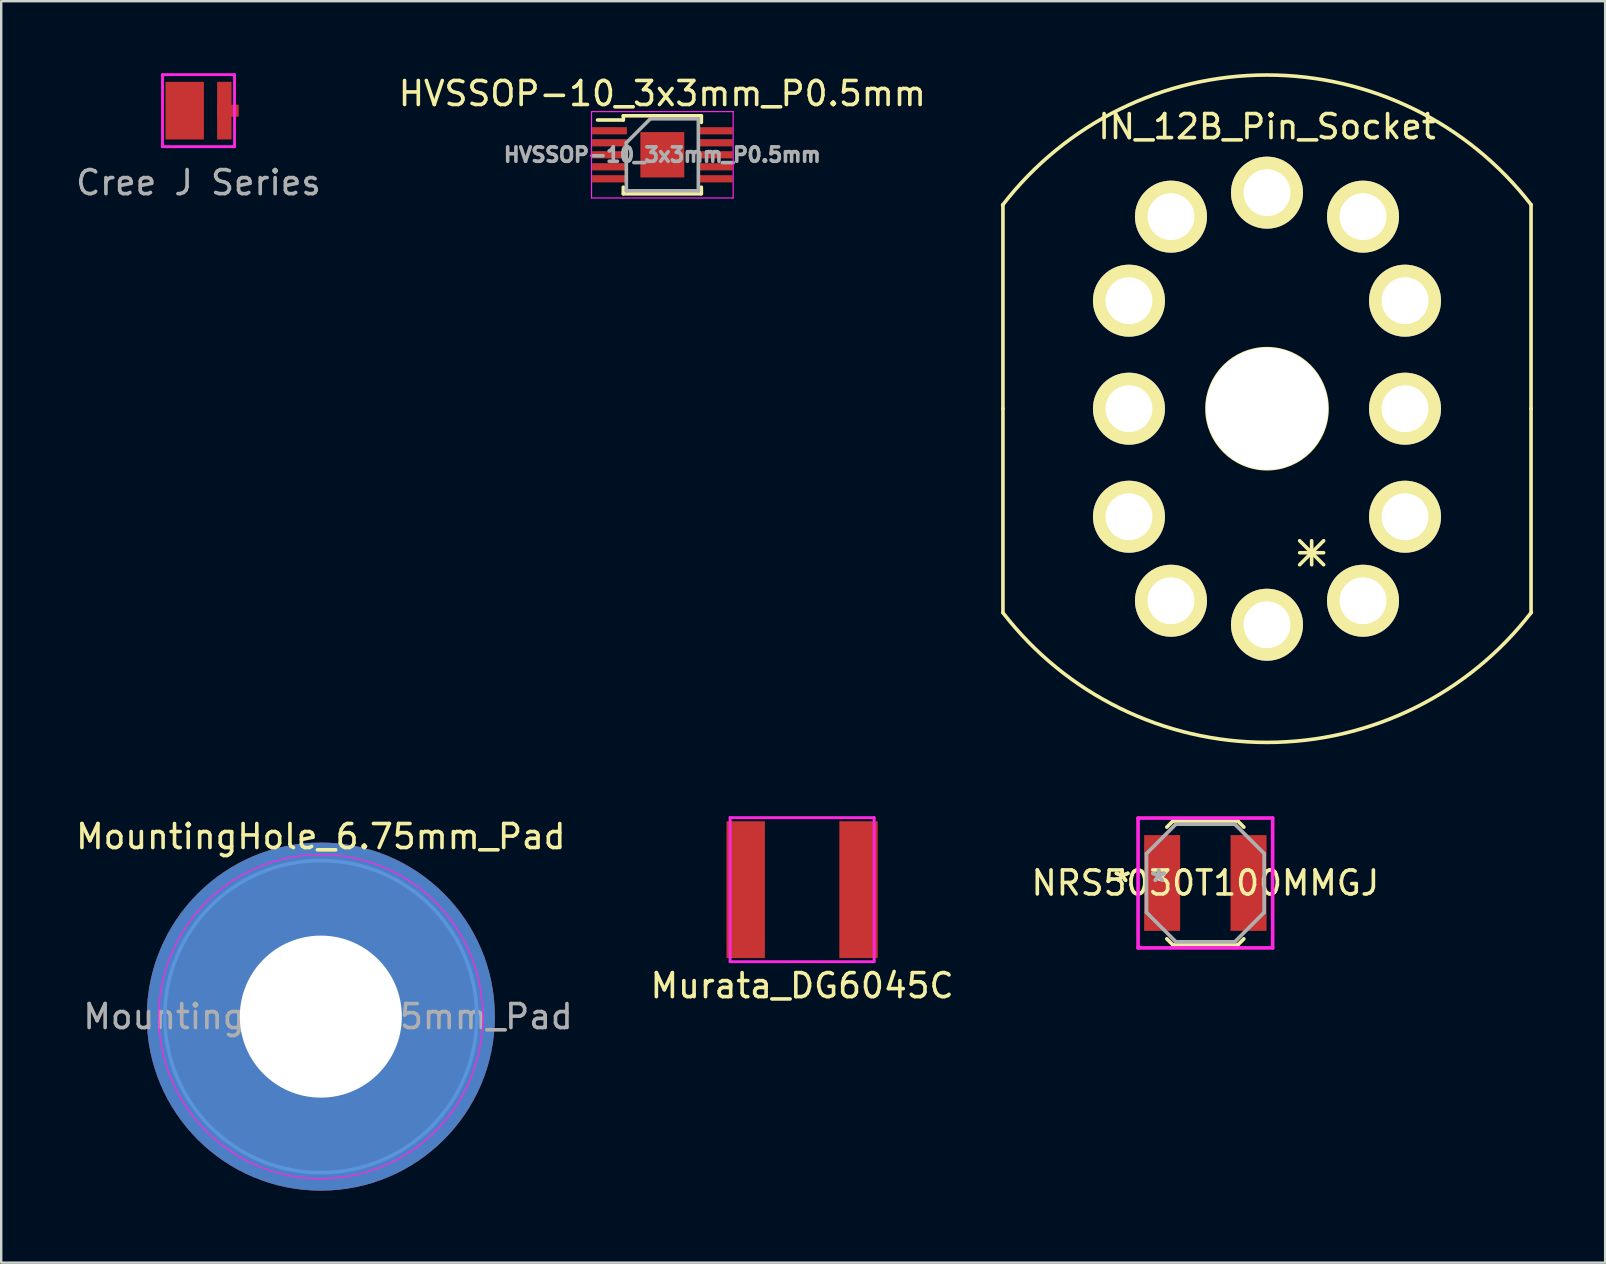
<source format=kicad_pcb>
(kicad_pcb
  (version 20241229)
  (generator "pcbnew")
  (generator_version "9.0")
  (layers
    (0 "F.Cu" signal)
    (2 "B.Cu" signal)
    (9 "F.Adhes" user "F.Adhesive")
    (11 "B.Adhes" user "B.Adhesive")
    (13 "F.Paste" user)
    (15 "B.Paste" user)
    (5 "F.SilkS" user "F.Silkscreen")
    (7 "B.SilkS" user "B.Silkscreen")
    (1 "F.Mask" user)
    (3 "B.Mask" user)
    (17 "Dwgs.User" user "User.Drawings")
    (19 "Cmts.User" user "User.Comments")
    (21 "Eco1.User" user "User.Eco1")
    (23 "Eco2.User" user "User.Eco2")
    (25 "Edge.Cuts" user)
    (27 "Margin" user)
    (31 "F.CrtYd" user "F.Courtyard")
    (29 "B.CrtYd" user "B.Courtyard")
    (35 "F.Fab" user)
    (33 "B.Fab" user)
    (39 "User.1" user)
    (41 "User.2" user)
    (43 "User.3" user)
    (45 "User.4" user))
  (footprint "IN_12B_Pin_Socket"
    (layer "F.Cu")
    (at 50.439 14.504)
    (property "Reference" "IN_12B_Pin_Socket" (at -0.708 -12.278 180) (layer "F.SilkS") (effects (font (size 1 1) (thickness 0.15))))
    (attr through_hole)
    (fp_line (start -11.708 -0.528) (end -11.708 -9.028) (stroke (width 0.15) (type solid)) (layer "F.SilkS"))
    (fp_line (start -11.708 -0.528) (end -11.708 7.972) (stroke (width 0.15) (type solid)) (layer "F.SilkS"))
    (fp_line (start 0.652 5.972) (end 1.652 4.972) (stroke (width 0.15) (type solid)) (layer "F.SilkS"))
    (fp_line (start 1.152 4.972) (end 1.152 5.972) (stroke (width 0.15) (type solid)) (layer "F.SilkS"))
    (fp_line (start 1.652 5.472) (end 0.652 5.472) (stroke (width 0.15) (type solid)) (layer "F.SilkS"))
    (fp_line (start 1.652 5.972) (end 0.652 4.972) (stroke (width 0.15) (type solid)) (layer "F.SilkS"))
    (fp_line (start 10.292 -0.528) (end 10.292 -9.028) (stroke (width 0.15) (type solid)) (layer "F.SilkS"))
    (fp_line (start 10.292 -0.528) (end 10.292 7.972) (stroke (width 0.15) (type solid)) (layer "F.SilkS"))
    (fp_arc (start -11.721113 -9.011003) (mid -0.718734 -14.429435) (end 10.292 -9.028) (stroke (width 0.15) (type solid)) (layer "F.SilkS"))
    (fp_arc (start 10.305113 7.955003) (mid -0.697266 13.373435) (end -11.708 7.972) (stroke (width 0.15) (type solid)) (layer "F.SilkS"))
    (fp_circle (center -0.708 -0.528) (end 1.792 -0.528) (stroke (width 0.15) (type solid)) (fill no) (layer "F.SilkS"))
    (pad "" np_thru_hole circle (at -0.708 -0.528) (size 5.08 5.08) (drill 5.08) (layers "*.Cu" "*.Mask" "F.SilkS"))
    (pad "1" thru_hole circle (at 3.292 7.472 180) (size 3 3) (drill 1.95) (layers "*.Cu" "*.Mask" "F.SilkS"))
    (pad "2" thru_hole circle (at 5.042 3.972 38) (size 3 3) (drill 1.95) (layers "*.Cu" "*.Mask" "F.SilkS"))
    (pad "3" thru_hole circle (at 5.042 -0.528 90) (size 3 3) (drill 1.95) (layers "*.Cu" "*.Mask" "F.SilkS"))
    (pad "4" thru_hole circle (at 5.042 -5.028 116.6) (size 3 3) (drill 1.95) (layers "*.Cu" "*.Mask" "F.SilkS"))
    (pad "5" thru_hole circle (at 3.292 -8.528 153.4) (size 3 3) (drill 1.95) (layers "*.Cu" "*.Mask" "F.SilkS"))
    (pad "6" thru_hole circle (at -0.708 -9.528) (size 3 3) (drill 1.95) (layers "*.Cu" "*.Mask" "F.SilkS"))
    (pad "7" thru_hole circle (at -4.708 -8.528 206.6) (size 3 3) (drill 1.95) (layers "*.Cu" "*.Mask" "F.SilkS"))
    (pad "8" thru_hole circle (at -6.458 -5.028 243.4) (size 3 3) (drill 1.95) (layers "*.Cu" "*.Mask" "F.SilkS"))
    (pad "9" thru_hole circle (at -6.458 -0.528 270) (size 3 3) (drill 1.95) (layers "*.Cu" "*.Mask" "F.SilkS"))
    (pad "10" thru_hole circle (at -6.458 3.972 322) (size 3 3) (drill 1.95) (layers "*.Cu" "*.Mask" "F.SilkS"))
    (pad "11" thru_hole circle (at -4.708 7.472 333.4) (size 3 3) (drill 1.95) (layers "*.Cu" "*.Mask" "F.SilkS"))
    (pad "12" thru_hole circle (at -0.708 8.472) (size 3 3) (drill 1.95) (layers "*.Cu" "*.Mask" "F.SilkS")))
  (footprint "Cree J Series"
    (layer "F.Cu")
    (at 5.22 1.56)
    (property "Reference" "Cree J Series" (at 0 3 0) (layer "F.Fab") (effects (font (size 1 1) (thickness 0.15))))
    (attr through_hole)
    (fp_line (start -1.5 -1.5) (end 1.5 -1.5) (stroke (width 0.12) (type solid)) (layer "F.CrtYd"))
    (fp_line (start -1.5 1.5) (end -1.5 -1.5) (stroke (width 0.12) (type solid)) (layer "F.CrtYd"))
    (fp_line (start 1.5 -1.5) (end 1.5 1.5) (stroke (width 0.12) (type solid)) (layer "F.CrtYd"))
    (fp_line (start 1.5 1.5) (end -1.5 1.5) (stroke (width 0.12) (type solid)) (layer "F.CrtYd"))
    (pad "1" smd rect (at -0.575 0) (size 1.3 1.9) (layers "F.Cu" "F.Paste"))
    (pad "1" smd rect (at -0.575 0) (size 1.6 2.4) (layers "F.Cu" "F.Mask"))
    (pad "2" smd rect (at 1.075 0) (size 0.4 1.9) (layers "F.Cu" "F.Paste"))
    (pad "2" smd rect (at 1.075 0) (size 0.6 2.4) (layers "F.Cu" "F.Mask"))
    (pad "2" smd rect (at 1.225 0) (size 0.9 0.5) (layers "F.Cu" "F.Mask")))
  (footprint "Murata_DG6045C"
    (layer "F.Cu")
    (at 30.365 34.013)
    (property "Reference" "Murata_DG6045C" (at 0 4 0) (layer "F.SilkS") (effects (font (size 1 1) (thickness 0.15))))
    (attr through_hole)
    (fp_line (start -3 -3) (end 3 -3) (stroke (width 0.12) (type solid)) (layer "F.CrtYd"))
    (fp_line (start -3 3) (end -3 -3) (stroke (width 0.12) (type solid)) (layer "F.CrtYd"))
    (fp_line (start 3 -3) (end 3 3) (stroke (width 0.12) (type solid)) (layer "F.CrtYd"))
    (fp_line (start 3 3) (end -3 3) (stroke (width 0.12) (type solid)) (layer "F.CrtYd"))
    (pad "1" smd rect (at -2.35 0) (size 1.6 5.7) (layers "F.Cu" "F.Mask" "F.Paste"))
    (pad "2" smd rect (at 2.35 0 180) (size 1.6 5.7) (layers "F.Cu" "F.Mask" "F.Paste")))
  (footprint "MountingHole_6.75mm_Pad"
    (layer "F.Cu")
    (at 10.315 39.301)
    (property "Reference" "MountingHole_6.75mm_Pad" (at 0 -7.5 0) (layer "F.SilkS") (effects (font (size 1 1) (thickness 0.15))))
    (attr exclude_from_pos_files exclude_from_bom)
    (fp_circle (center 0 0) (end 6.5 0) (stroke (width 0.15) (type solid)) (fill no) (layer "Cmts.User"))
    (fp_circle (center 0 0) (end 6.75 0) (stroke (width 0.05) (type solid)) (fill no) (layer "F.CrtYd"))
    (fp_text user "${REFERENCE}" (at 0.3 0 0) (layer "F.Fab") (effects (font (size 1 1) (thickness 0.15))))
    (pad "1" thru_hole circle (at 0 0) (size 14.5 14.5) (drill 6.75) (layers "*.Cu" "*.Mask")))
  (footprint "NRS5030T100MMGJ"
    (layer "F.Cu")
    (at 47.163 33.734)
    (property "Reference" "NRS5030T100MMGJ" (at 0 0 0) (layer "F.SilkS") (effects (font (size 1 1) (thickness 0.15))))
    (attr through_hole)
    (fp_line (start -1.604 2.327) (end -1.353 2.578) (stroke (width 0.152) (type solid)) (layer "F.SilkS"))
    (fp_line (start -1.353 -2.578) (end -1.604 -2.327) (stroke (width 0.152) (type solid)) (layer "F.SilkS"))
    (fp_line (start -1.353 2.578) (end 1.353 2.578) (stroke (width 0.152) (type solid)) (layer "F.SilkS"))
    (fp_line (start 1.353 -2.578) (end -1.353 -2.578) (stroke (width 0.152) (type solid)) (layer "F.SilkS"))
    (fp_line (start 1.353 2.578) (end 1.604 2.327) (stroke (width 0.152) (type solid)) (layer "F.SilkS"))
    (fp_line (start 1.604 -2.327) (end 1.353 -2.578) (stroke (width 0.152) (type solid)) (layer "F.SilkS"))
    (fp_line (start -2.803 -2.705) (end 2.803 -2.705) (stroke (width 0.152) (type solid)) (layer "F.CrtYd"))
    (fp_line (start -2.803 2.705) (end -2.803 -2.705) (stroke (width 0.152) (type solid)) (layer "F.CrtYd"))
    (fp_line (start 2.803 -2.705) (end 2.803 2.705) (stroke (width 0.152) (type solid)) (layer "F.CrtYd"))
    (fp_line (start 2.803 2.705) (end -2.803 2.705) (stroke (width 0.152) (type solid)) (layer "F.CrtYd"))
    (fp_line (start -2.451 -1.226) (end -2.451 1.226) (stroke (width 0.152) (type solid)) (layer "F.Fab"))
    (fp_line (start -2.451 1.226) (end -1.226 2.451) (stroke (width 0.152) (type solid)) (layer "F.Fab"))
    (fp_line (start -1.226 -2.451) (end -2.451 -1.226) (stroke (width 0.152) (type solid)) (layer "F.Fab"))
    (fp_line (start -1.226 2.451) (end 1.226 2.451) (stroke (width 0.152) (type solid)) (layer "F.Fab"))
    (fp_line (start 1.226 -2.451) (end -1.226 -2.451) (stroke (width 0.152) (type solid)) (layer "F.Fab"))
    (fp_line (start 1.226 2.451) (end 2.451 1.226) (stroke (width 0.152) (type solid)) (layer "F.Fab"))
    (fp_line (start 2.451 -1.226) (end 1.226 -2.451) (stroke (width 0.152) (type solid)) (layer "F.Fab"))
    (fp_line (start 2.451 1.226) (end 2.451 -1.226) (stroke (width 0.152) (type solid)) (layer "F.Fab"))
    (fp_text user "*" (at -3.467 0 0) (layer "F.SilkS") (effects (font (size 1 1) (thickness 0.15))))
    (fp_text user "*" (at -3.467 0 0) (layer "F.SilkS") (effects (font (size 1 1) (thickness 0.15))))
    (fp_text user "Copyright 2016 Accelerated Designs. All rights reserved." (at 0 0 0) (layer "Cmts.User") (effects (font (size 0.127 0.127) (thickness 0.002))))
    (fp_text user "*" (at -1.943 0 0) (layer "F.Fab") (effects (font (size 1 1) (thickness 0.15))))
    (fp_text user "*" (at -1.943 0 0) (layer "F.Fab") (effects (font (size 1 1) (thickness 0.15))))
    (pad "1" smd rect (at -1.8 0) (size 1.499 3.988) (layers "F.Cu" "F.Mask" "F.Paste"))
    (pad "2" smd rect (at 1.8 0) (size 1.499 3.988) (layers "F.Cu" "F.Mask" "F.Paste")))
  (footprint "HVSSOP-10_3x3mm_P0.5mm"
    (layer "F.Cu")
    (at 24.542 3.398)
    (property "Reference" "HVSSOP-10_3x3mm_P0.5mm" (at 0 -2.55 0) (layer "F.SilkS") (effects (font (size 1 1) (thickness 0.15))))
    (attr smd)
    (fp_line (start -1.625 -1.625) (end -1.625 -1.45) (stroke (width 0.15) (type solid)) (layer "F.SilkS"))
    (fp_line (start -1.625 -1.625) (end 1.625 -1.625) (stroke (width 0.15) (type solid)) (layer "F.SilkS"))
    (fp_line (start -1.625 -1.45) (end -2.7 -1.45) (stroke (width 0.15) (type solid)) (layer "F.SilkS"))
    (fp_line (start -1.625 1.625) (end -1.625 1.35) (stroke (width 0.15) (type solid)) (layer "F.SilkS"))
    (fp_line (start -1.625 1.625) (end 1.625 1.625) (stroke (width 0.15) (type solid)) (layer "F.SilkS"))
    (fp_line (start 1.625 -1.625) (end 1.625 -1.35) (stroke (width 0.15) (type solid)) (layer "F.SilkS"))
    (fp_line (start 1.625 1.625) (end 1.625 1.35) (stroke (width 0.15) (type solid)) (layer "F.SilkS"))
    (fp_line (start -2.95 -1.8) (end -2.95 1.8) (stroke (width 0.05) (type solid)) (layer "F.CrtYd"))
    (fp_line (start -2.95 -1.8) (end 2.95 -1.8) (stroke (width 0.05) (type solid)) (layer "F.CrtYd"))
    (fp_line (start -2.95 1.8) (end 2.95 1.8) (stroke (width 0.05) (type solid)) (layer "F.CrtYd"))
    (fp_line (start 2.95 -1.8) (end 2.95 1.8) (stroke (width 0.05) (type solid)) (layer "F.CrtYd"))
    (fp_line (start -1.5 -0.5) (end -0.5 -1.5) (stroke (width 0.15) (type solid)) (layer "F.Fab"))
    (fp_line (start -1.5 1.5) (end -1.5 -0.5) (stroke (width 0.15) (type solid)) (layer "F.Fab"))
    (fp_line (start -0.5 -1.5) (end 1.5 -1.5) (stroke (width 0.15) (type solid)) (layer "F.Fab"))
    (fp_line (start 1.5 -1.5) (end 1.5 1.5) (stroke (width 0.15) (type solid)) (layer "F.Fab"))
    (fp_line (start 1.5 1.5) (end -1.5 1.5) (stroke (width 0.15) (type solid)) (layer "F.Fab"))
    (fp_text user "${REFERENCE}" (at 0 0 0) (layer "F.Fab") (effects (font (size 0.6 0.6) (thickness 0.15))))
    (pad "1" smd rect (at -2.2 -1) (size 1.45 0.3) (layers "F.Cu" "F.Mask" "F.Paste"))
    (pad "2" smd rect (at -2.2 -0.5) (size 1.45 0.3) (layers "F.Cu" "F.Mask" "F.Paste"))
    (pad "3" smd rect (at -2.2 0) (size 1.45 0.3) (layers "F.Cu" "F.Mask" "F.Paste"))
    (pad "4" smd rect (at -2.2 0.5) (size 1.45 0.3) (layers "F.Cu" "F.Mask" "F.Paste"))
    (pad "5" smd rect (at -2.2 1) (size 1.45 0.3) (layers "F.Cu" "F.Mask" "F.Paste"))
    (pad "6" smd rect (at 2.2 1) (size 1.45 0.3) (layers "F.Cu" "F.Mask" "F.Paste"))
    (pad "7" smd rect (at 2.2 0.5) (size 1.45 0.3) (layers "F.Cu" "F.Mask" "F.Paste"))
    (pad "8" smd rect (at 2.2 0) (size 1.45 0.3) (layers "F.Cu" "F.Mask" "F.Paste"))
    (pad "9" smd rect (at 2.2 -0.5) (size 1.45 0.3) (layers "F.Cu" "F.Mask" "F.Paste"))
    (pad "10" smd rect (at 2.2 -1) (size 1.45 0.3) (layers "F.Cu" "F.Mask" "F.Paste"))
    (pad "11" smd rect (at 0 0) (size 1.83 1.89) (layers "F.Cu" "F.Mask" "F.Paste")))
  (gr_rect
    (start -3 -3)
    (end 63.819 49.551)
    (stroke (width 0.1) (type default))
    (fill no)
    (layer "Edge.Cuts")))
</source>
